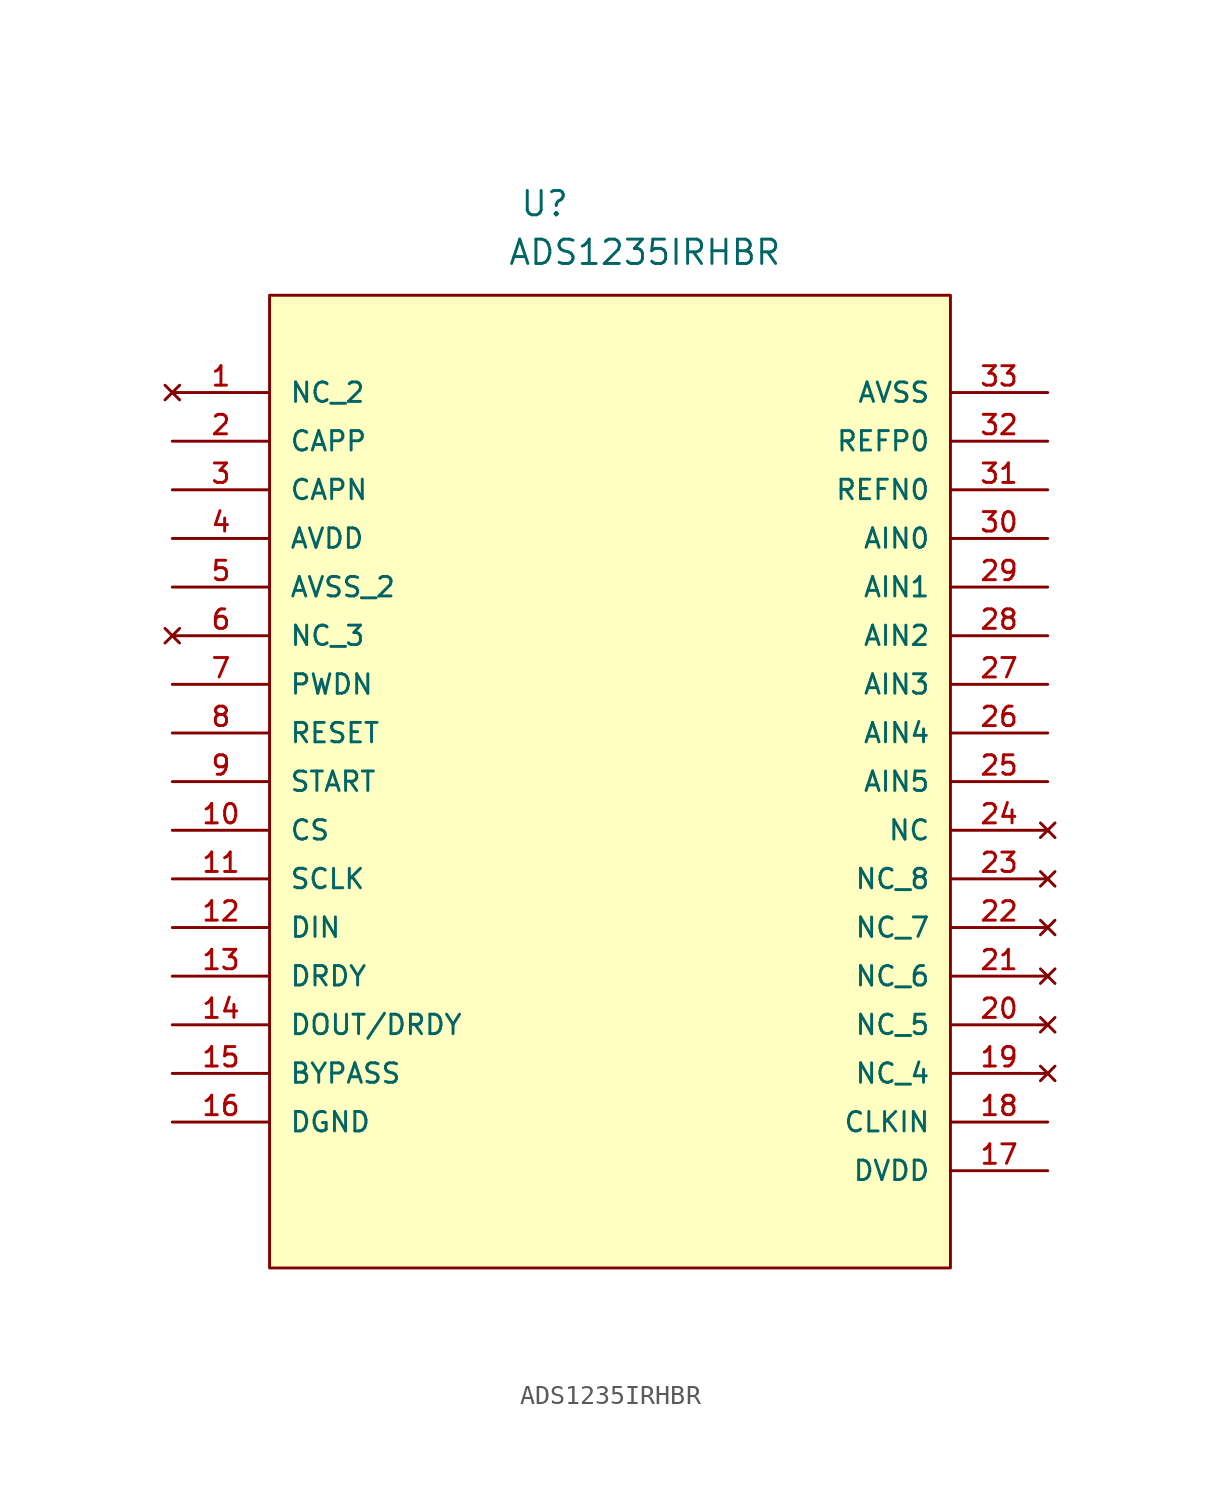
<source format=kicad_sym>
(kicad_symbol_lib
  (version 20211014)
  (generator kicad_symbol_editor)
  (symbol "ADS1235IRHBR"
    (pin_names
      (offset 1.016))
    (property "Reference" "U"
      (at 20.676 9.119 0.0)
      (effects (font (size 1.27 1.27)) (justify bottom left)))
    (property "Value" "ADS1235IRHBR"
      (at 20.041 6.579 0.0)
      (effects (font (size 1.27 1.27)) (justify bottom left)))
    (symbol "ADS1235IRHBR_0_0"
      (rectangle (start 7.62 -45.72) (end 43.18 5.08) (stroke (width 0.152)) (fill (type background)))
      (pin no_connect line (at 2.54 0.0 0) (length 5.08) (name "NC_2" (effects (font (size 1.016 1.016)))) (number "1" (effects (font (size 1.016 1.016)))))
      (pin output line (at 2.54 -2.54 0) (length 5.08) (name "CAPP" (effects (font (size 1.016 1.016)))) (number "2" (effects (font (size 1.016 1.016)))))
      (pin output line (at 2.54 -5.08 0) (length 5.08) (name "CAPN" (effects (font (size 1.016 1.016)))) (number "3" (effects (font (size 1.016 1.016)))))
      (pin power_in line (at 2.54 -7.62 0) (length 5.08) (name "AVDD" (effects (font (size 1.016 1.016)))) (number "4" (effects (font (size 1.016 1.016)))))
      (pin passive line (at 2.54 -10.16 0) (length 5.08) (name "AVSS_2" (effects (font (size 1.016 1.016)))) (number "5" (effects (font (size 1.016 1.016)))))
      (pin no_connect line (at 2.54 -12.7 0) (length 5.08) (name "NC_3" (effects (font (size 1.016 1.016)))) (number "6" (effects (font (size 1.016 1.016)))))
      (pin input line (at 2.54 -15.24 0) (length 5.08) (name "PWDN" (effects (font (size 1.016 1.016)))) (number "7" (effects (font (size 1.016 1.016)))))
      (pin input line (at 2.54 -17.78 0) (length 5.08) (name "RESET" (effects (font (size 1.016 1.016)))) (number "8" (effects (font (size 1.016 1.016)))))
      (pin input line (at 2.54 -20.32 0) (length 5.08) (name "START" (effects (font (size 1.016 1.016)))) (number "9" (effects (font (size 1.016 1.016)))))
      (pin input line (at 2.54 -22.86 0) (length 5.08) (name "CS" (effects (font (size 1.016 1.016)))) (number "10" (effects (font (size 1.016 1.016)))))
      (pin input line (at 2.54 -25.4 0) (length 5.08) (name "SCLK" (effects (font (size 1.016 1.016)))) (number "11" (effects (font (size 1.016 1.016)))))
      (pin input line (at 2.54 -27.94 0) (length 5.08) (name "DIN" (effects (font (size 1.016 1.016)))) (number "12" (effects (font (size 1.016 1.016)))))
      (pin output line (at 2.54 -30.48 0) (length 5.08) (name "DRDY" (effects (font (size 1.016 1.016)))) (number "13" (effects (font (size 1.016 1.016)))))
      (pin output line (at 2.54 -33.02 0) (length 5.08) (name "DOUT/DRDY" (effects (font (size 1.016 1.016)))) (number "14" (effects (font (size 1.016 1.016)))))
      (pin output line (at 2.54 -35.56 0) (length 5.08) (name "BYPASS" (effects (font (size 1.016 1.016)))) (number "15" (effects (font (size 1.016 1.016)))))
      (pin passive line (at 2.54 -38.1 0) (length 5.08) (name "DGND" (effects (font (size 1.016 1.016)))) (number "16" (effects (font (size 1.016 1.016)))))
      (pin power_in line (at 48.26 -40.64 180.0) (length 5.08) (name "DVDD" (effects (font (size 1.016 1.016)))) (number "17" (effects (font (size 1.016 1.016)))))
      (pin input line (at 48.26 -38.1 180.0) (length 5.08) (name "CLKIN" (effects (font (size 1.016 1.016)))) (number "18" (effects (font (size 1.016 1.016)))))
      (pin no_connect line (at 48.26 -35.56 180.0) (length 5.08) (name "NC_4" (effects (font (size 1.016 1.016)))) (number "19" (effects (font (size 1.016 1.016)))))
      (pin no_connect line (at 48.26 -33.02 180.0) (length 5.08) (name "NC_5" (effects (font (size 1.016 1.016)))) (number "20" (effects (font (size 1.016 1.016)))))
      (pin no_connect line (at 48.26 -30.48 180.0) (length 5.08) (name "NC_6" (effects (font (size 1.016 1.016)))) (number "21" (effects (font (size 1.016 1.016)))))
      (pin no_connect line (at 48.26 -27.94 180.0) (length 5.08) (name "NC_7" (effects (font (size 1.016 1.016)))) (number "22" (effects (font (size 1.016 1.016)))))
      (pin no_connect line (at 48.26 -25.4 180.0) (length 5.08) (name "NC_8" (effects (font (size 1.016 1.016)))) (number "23" (effects (font (size 1.016 1.016)))))
      (pin no_connect line (at 48.26 -22.86 180.0) (length 5.08) (name "NC" (effects (font (size 1.016 1.016)))) (number "24" (effects (font (size 1.016 1.016)))))
      (pin input line (at 48.26 -20.32 180.0) (length 5.08) (name "AIN5" (effects (font (size 1.016 1.016)))) (number "25" (effects (font (size 1.016 1.016)))))
      (pin input line (at 48.26 -17.78 180.0) (length 5.08) (name "AIN4" (effects (font (size 1.016 1.016)))) (number "26" (effects (font (size 1.016 1.016)))))
      (pin bidirectional line (at 48.26 -15.24 180.0) (length 5.08) (name "AIN3" (effects (font (size 1.016 1.016)))) (number "27" (effects (font (size 1.016 1.016)))))
      (pin bidirectional line (at 48.26 -12.7 180.0) (length 5.08) (name "AIN2" (effects (font (size 1.016 1.016)))) (number "28" (effects (font (size 1.016 1.016)))))
      (pin bidirectional line (at 48.26 -10.16 180.0) (length 5.08) (name "AIN1" (effects (font (size 1.016 1.016)))) (number "29" (effects (font (size 1.016 1.016)))))
      (pin bidirectional line (at 48.26 -7.62 180.0) (length 5.08) (name "AIN0" (effects (font (size 1.016 1.016)))) (number "30" (effects (font (size 1.016 1.016)))))
      (pin bidirectional line (at 48.26 -5.08 180.0) (length 5.08) (name "REFN0" (effects (font (size 1.016 1.016)))) (number "31" (effects (font (size 1.016 1.016)))))
      (pin bidirectional line (at 48.26 -2.54 180.0) (length 5.08) (name "REFP0" (effects (font (size 1.016 1.016)))) (number "32" (effects (font (size 1.016 1.016)))))
      (pin passive line (at 48.26 0.0 180.0) (length 5.08) (name "AVSS" (effects (font (size 1.016 1.016)))) (number "33" (effects (font (size 1.016 1.016))))))))
</source>
